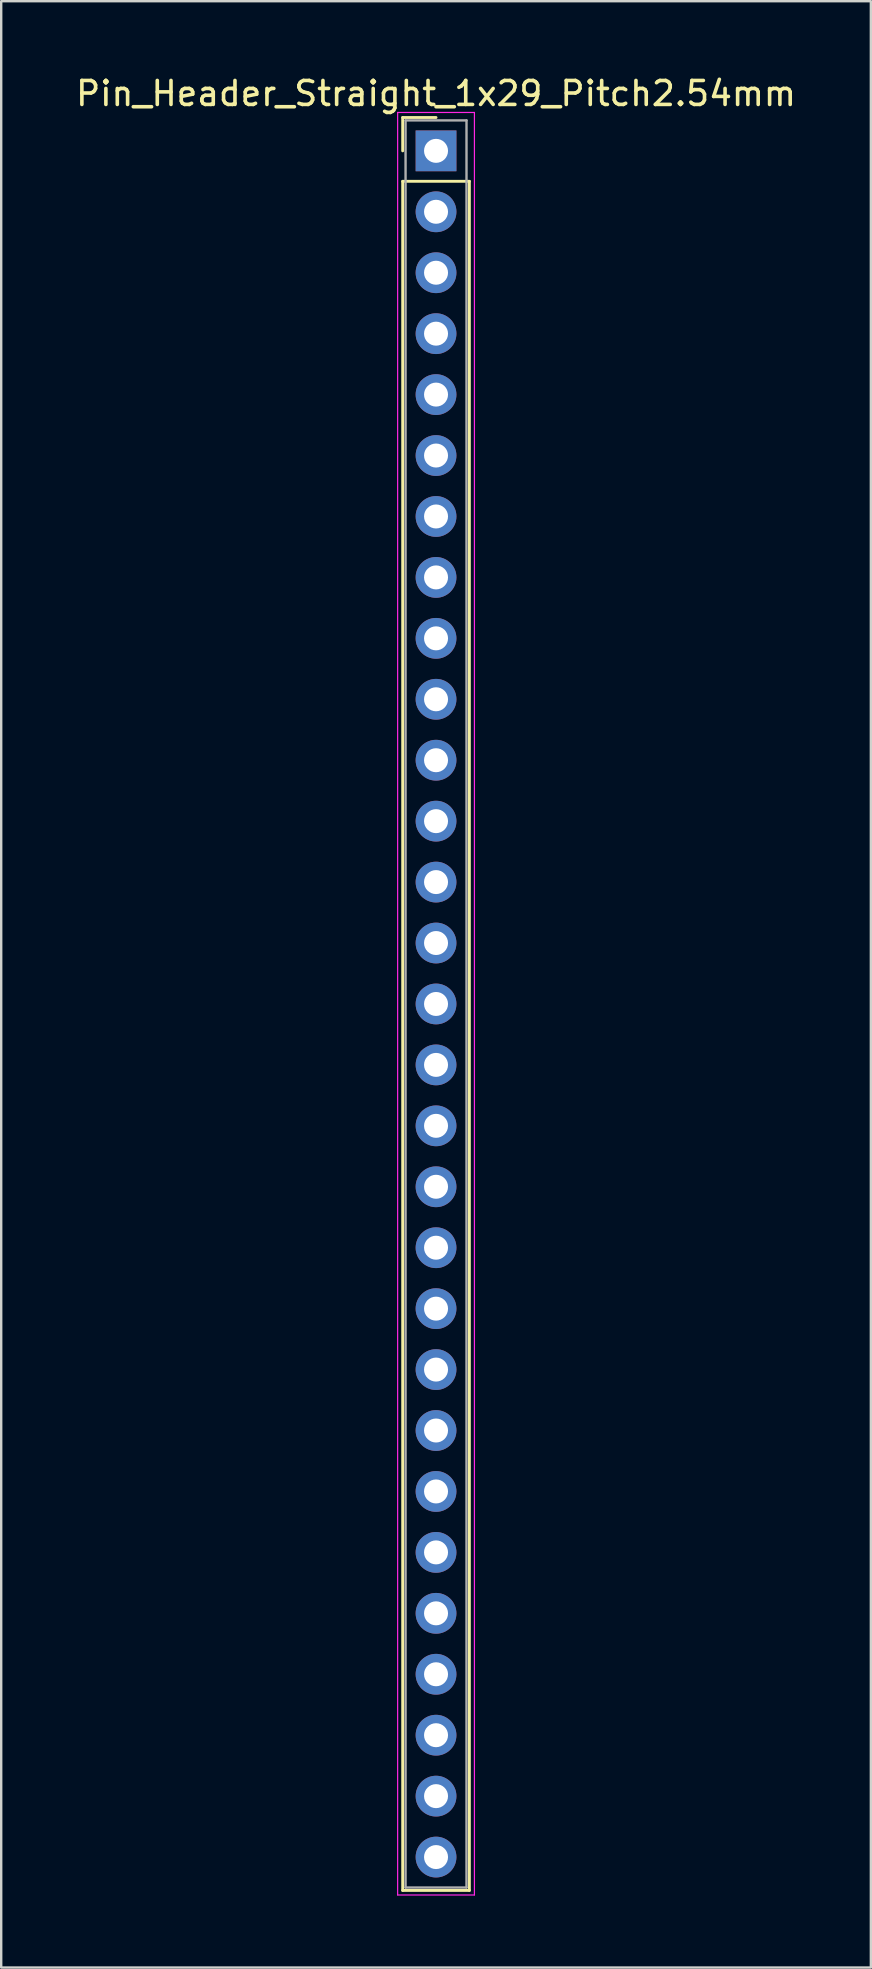
<source format=kicad_pcb>
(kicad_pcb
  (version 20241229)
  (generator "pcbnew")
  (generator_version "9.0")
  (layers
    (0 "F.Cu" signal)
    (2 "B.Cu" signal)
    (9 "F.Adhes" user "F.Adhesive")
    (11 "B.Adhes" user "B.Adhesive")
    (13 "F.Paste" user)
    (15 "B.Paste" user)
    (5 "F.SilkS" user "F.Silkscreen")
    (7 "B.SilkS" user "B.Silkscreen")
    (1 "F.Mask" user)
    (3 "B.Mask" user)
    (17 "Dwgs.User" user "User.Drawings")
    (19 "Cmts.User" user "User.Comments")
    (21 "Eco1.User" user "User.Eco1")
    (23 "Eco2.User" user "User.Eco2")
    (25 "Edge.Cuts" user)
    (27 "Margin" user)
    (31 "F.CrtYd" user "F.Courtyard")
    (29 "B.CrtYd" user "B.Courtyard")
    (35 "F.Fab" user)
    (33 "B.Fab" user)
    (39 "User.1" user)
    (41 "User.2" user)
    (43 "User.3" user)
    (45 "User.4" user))
  (footprint "Pin_Header_Straight_1x29_Pitch2.54mm"
    (layer "F.Cu")
    (at 15.125 3.238)
    (property "Reference" "Pin_Header_Straight_1x29_Pitch2.54mm" (at 0 -2.39 0) (layer "F.SilkS") (effects (font (size 1 1) (thickness 0.15))))
    (attr through_hole)
    (fp_line (start -1.39 -1.39) (end 0 -1.39) (stroke (width 0.12) (type solid)) (layer "F.SilkS"))
    (fp_line (start -1.39 0) (end -1.39 -1.39) (stroke (width 0.12) (type solid)) (layer "F.SilkS"))
    (fp_line (start -1.39 1.27) (end -1.39 72.51) (stroke (width 0.12) (type solid)) (layer "F.SilkS"))
    (fp_line (start -1.39 72.51) (end 1.39 72.51) (stroke (width 0.12) (type solid)) (layer "F.SilkS"))
    (fp_line (start 1.39 1.27) (end -1.39 1.27) (stroke (width 0.12) (type solid)) (layer "F.SilkS"))
    (fp_line (start 1.39 72.51) (end 1.39 1.27) (stroke (width 0.12) (type solid)) (layer "F.SilkS"))
    (fp_line (start -1.6 -1.6) (end -1.6 72.7) (stroke (width 0.05) (type solid)) (layer "F.CrtYd"))
    (fp_line (start -1.6 72.7) (end 1.6 72.7) (stroke (width 0.05) (type solid)) (layer "F.CrtYd"))
    (fp_line (start 1.6 -1.6) (end -1.6 -1.6) (stroke (width 0.05) (type solid)) (layer "F.CrtYd"))
    (fp_line (start 1.6 72.7) (end 1.6 -1.6) (stroke (width 0.05) (type solid)) (layer "F.CrtYd"))
    (fp_line (start -1.27 -1.27) (end -1.27 72.39) (stroke (width 0.1) (type solid)) (layer "F.Fab"))
    (fp_line (start -1.27 72.39) (end 1.27 72.39) (stroke (width 0.1) (type solid)) (layer "F.Fab"))
    (fp_line (start 1.27 -1.27) (end -1.27 -1.27) (stroke (width 0.1) (type solid)) (layer "F.Fab"))
    (fp_line (start 1.27 72.39) (end 1.27 -1.27) (stroke (width 0.1) (type solid)) (layer "F.Fab"))
    (pad "1" thru_hole rect (at 0 0) (size 1.7 1.7) (drill 1) (layers "*.Cu" "*.Mask"))
    (pad "2" thru_hole oval (at 0 2.54) (size 1.7 1.7) (drill 1) (layers "*.Cu" "*.Mask"))
    (pad "3" thru_hole oval (at 0 5.08) (size 1.7 1.7) (drill 1) (layers "*.Cu" "*.Mask"))
    (pad "4" thru_hole oval (at 0 7.62) (size 1.7 1.7) (drill 1) (layers "*.Cu" "*.Mask"))
    (pad "5" thru_hole oval (at 0 10.16) (size 1.7 1.7) (drill 1) (layers "*.Cu" "*.Mask"))
    (pad "6" thru_hole oval (at 0 12.7) (size 1.7 1.7) (drill 1) (layers "*.Cu" "*.Mask"))
    (pad "7" thru_hole oval (at 0 15.24) (size 1.7 1.7) (drill 1) (layers "*.Cu" "*.Mask"))
    (pad "8" thru_hole oval (at 0 17.78) (size 1.7 1.7) (drill 1) (layers "*.Cu" "*.Mask"))
    (pad "9" thru_hole oval (at 0 20.32) (size 1.7 1.7) (drill 1) (layers "*.Cu" "*.Mask"))
    (pad "10" thru_hole oval (at 0 22.86) (size 1.7 1.7) (drill 1) (layers "*.Cu" "*.Mask"))
    (pad "11" thru_hole oval (at 0 25.4) (size 1.7 1.7) (drill 1) (layers "*.Cu" "*.Mask"))
    (pad "12" thru_hole oval (at 0 27.94) (size 1.7 1.7) (drill 1) (layers "*.Cu" "*.Mask"))
    (pad "13" thru_hole oval (at 0 30.48) (size 1.7 1.7) (drill 1) (layers "*.Cu" "*.Mask"))
    (pad "14" thru_hole oval (at 0 33.02) (size 1.7 1.7) (drill 1) (layers "*.Cu" "*.Mask"))
    (pad "15" thru_hole oval (at 0 35.56) (size 1.7 1.7) (drill 1) (layers "*.Cu" "*.Mask"))
    (pad "16" thru_hole oval (at 0 38.1) (size 1.7 1.7) (drill 1) (layers "*.Cu" "*.Mask"))
    (pad "17" thru_hole oval (at 0 40.64) (size 1.7 1.7) (drill 1) (layers "*.Cu" "*.Mask"))
    (pad "18" thru_hole oval (at 0 43.18) (size 1.7 1.7) (drill 1) (layers "*.Cu" "*.Mask"))
    (pad "19" thru_hole oval (at 0 45.72) (size 1.7 1.7) (drill 1) (layers "*.Cu" "*.Mask"))
    (pad "20" thru_hole oval (at 0 48.26) (size 1.7 1.7) (drill 1) (layers "*.Cu" "*.Mask"))
    (pad "21" thru_hole oval (at 0 50.8) (size 1.7 1.7) (drill 1) (layers "*.Cu" "*.Mask"))
    (pad "22" thru_hole oval (at 0 53.34) (size 1.7 1.7) (drill 1) (layers "*.Cu" "*.Mask"))
    (pad "23" thru_hole oval (at 0 55.88) (size 1.7 1.7) (drill 1) (layers "*.Cu" "*.Mask"))
    (pad "24" thru_hole oval (at 0 58.42) (size 1.7 1.7) (drill 1) (layers "*.Cu" "*.Mask"))
    (pad "25" thru_hole oval (at 0 60.96) (size 1.7 1.7) (drill 1) (layers "*.Cu" "*.Mask"))
    (pad "26" thru_hole oval (at 0 63.5) (size 1.7 1.7) (drill 1) (layers "*.Cu" "*.Mask"))
    (pad "27" thru_hole oval (at 0 66.04) (size 1.7 1.7) (drill 1) (layers "*.Cu" "*.Mask"))
    (pad "28" thru_hole oval (at 0 68.58) (size 1.7 1.7) (drill 1) (layers "*.Cu" "*.Mask"))
    (pad "29" thru_hole oval (at 0 71.12) (size 1.7 1.7) (drill 1) (layers "*.Cu" "*.Mask")))
  (gr_rect
    (start -3 -3)
    (end 33.25 78.963)
    (stroke (width 0.1) (type default))
    (fill no)
    (layer "Edge.Cuts")))
</source>
